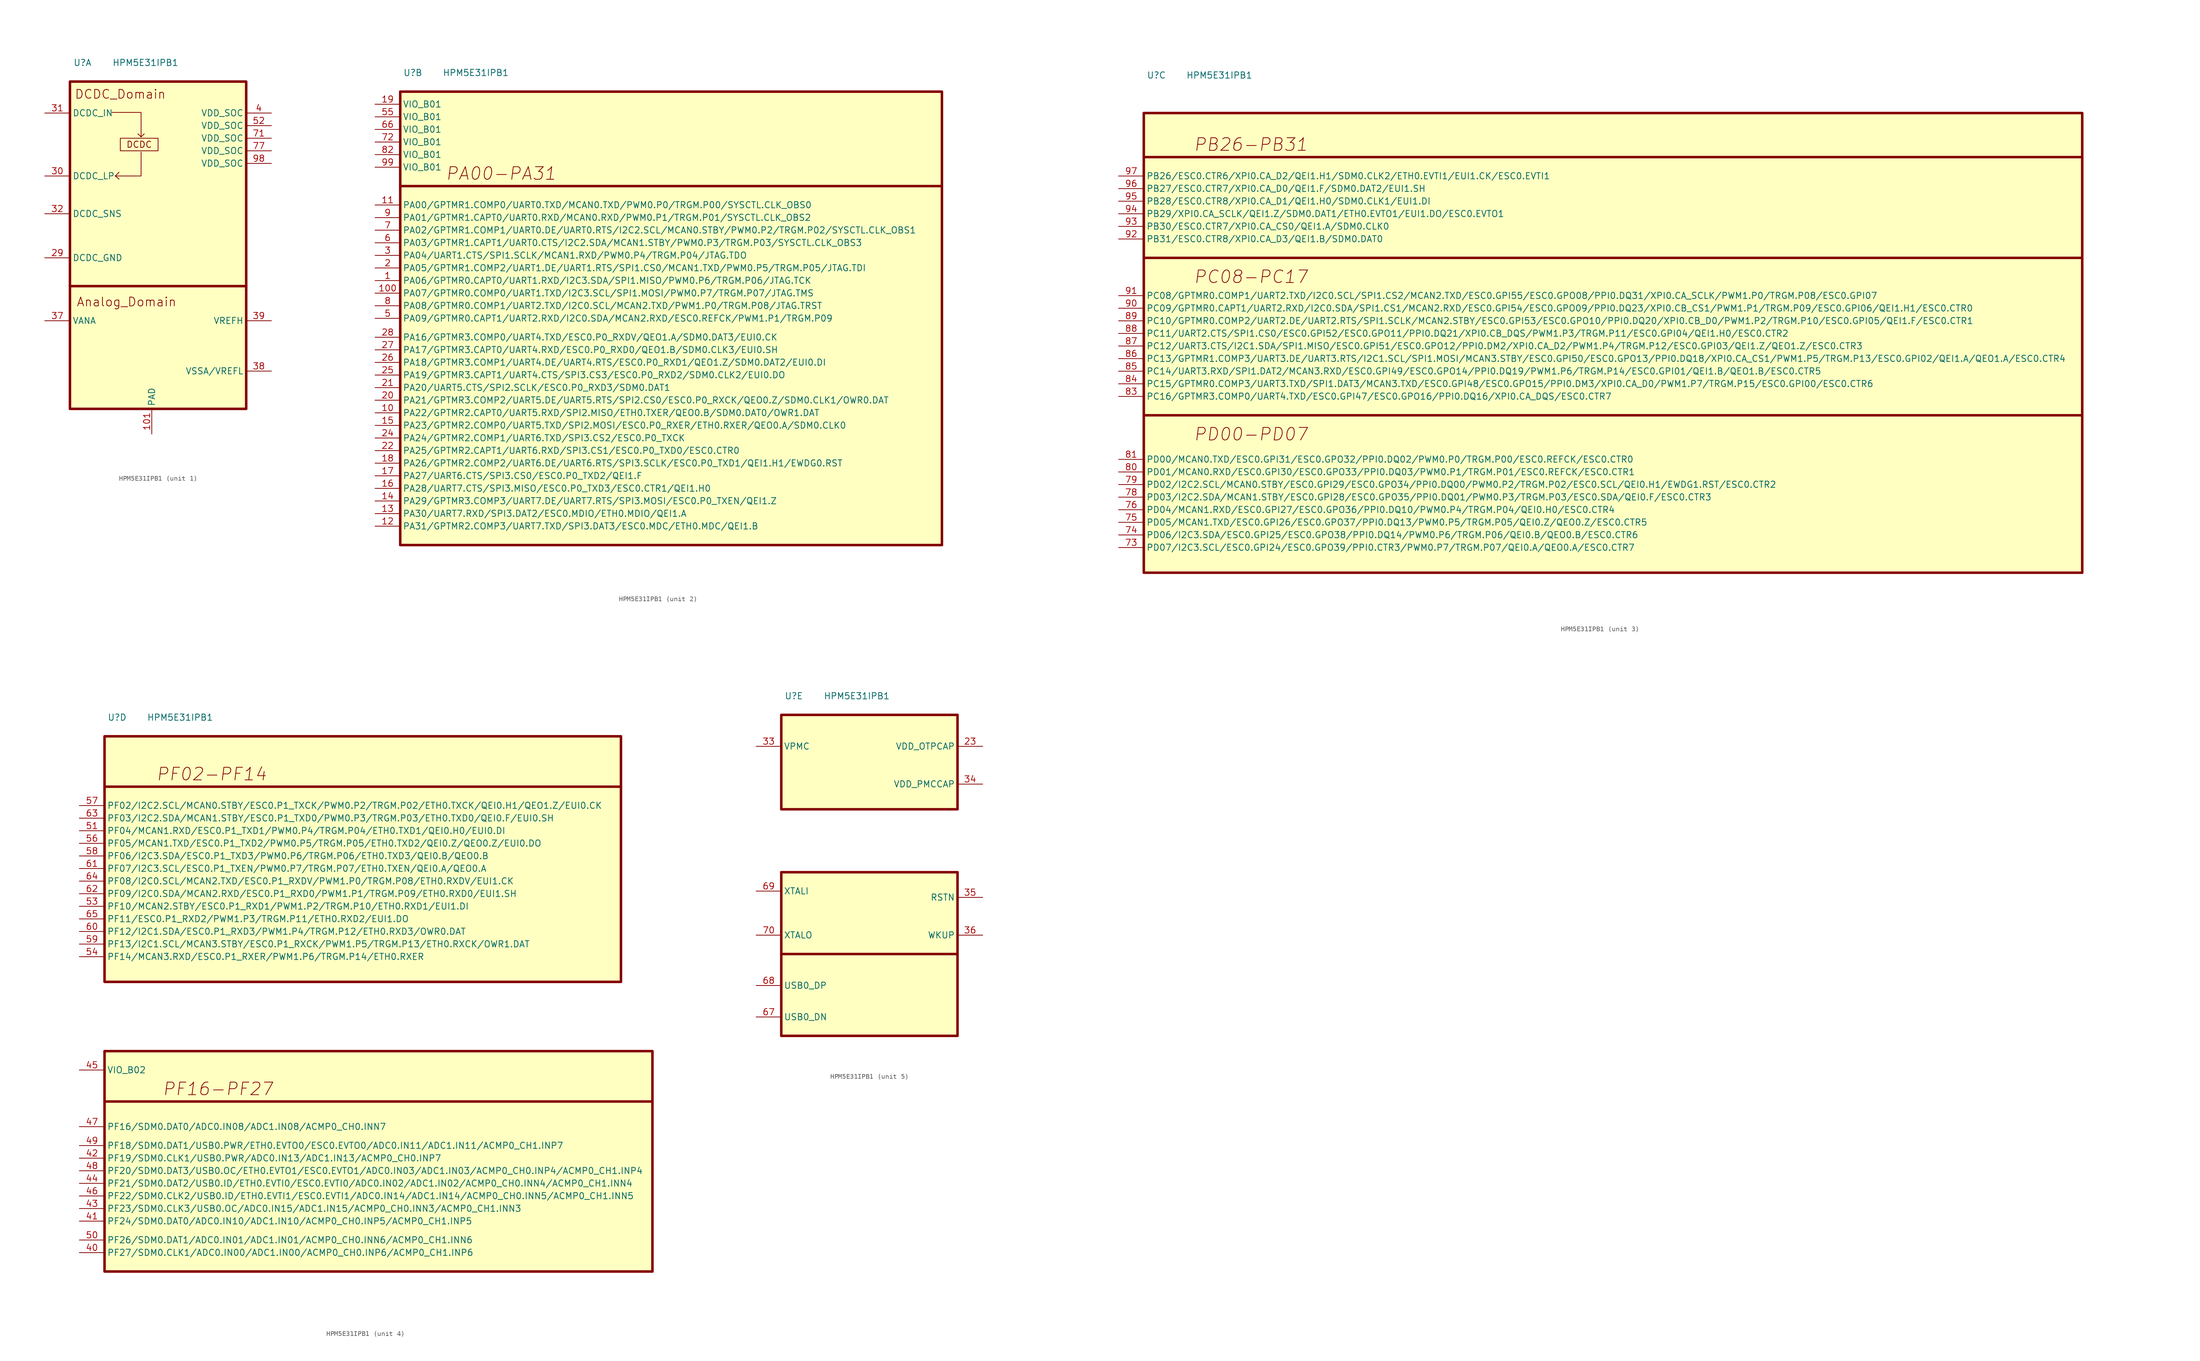
<source format=kicad_sym>
(kicad_symbol_lib
  (version 20241209)
  (generator "kicad_symbol_editor")
  (generator_version "9.0")
  (symbol "HPM5E31IPB1"
    (property "Reference" "U"
      (at 2.54 3.81 0)
      (effects (font (size 1.27 1.27))))
    (property "Value" "HPM5E31IPB1"
      (at 15.24 3.81 0)
      (effects (font (size 1.27 1.27))))
    (property "ki_locked" ""
      (at 0 0 0)
      (effects (font (size 1.27 1.27))))
    (symbol "HPM5E31IPB1_1_1"
      (rectangle (start 0 0) (end 35.56 -66.04) (stroke (width 0.508) (type default)) (fill (type background)))
      (polyline (pts (xy 0 -41.275) (xy 35.56 -41.275)) (stroke (width 0.508) (type default)) (fill (type none)))
      (polyline (pts (xy 8.509 -6.223) (xy 14.351 -6.223) (xy 14.351 -11.176) (xy 14.986 -10.541)) (stroke (width 0) (type default)) (fill (type none)))
      (polyline (pts (xy 9.144 -19.05) (xy 9.906 -18.288)) (stroke (width 0) (type default)) (fill (type none)))
      (polyline (pts (xy 9.144 -19.05) (xy 9.906 -19.685)) (stroke (width 0) (type default)) (fill (type none)))
      (rectangle (start 10.16 -11.43) (end 17.78 -13.97) (stroke (width 0) (type default)) (fill (type none)))
      (polyline (pts (xy 14.351 -11.176) (xy 13.716 -10.541)) (stroke (width 0) (type default)) (fill (type none)))
      (polyline (pts (xy 14.351 -14.224) (xy 14.351 -19.05) (xy 9.144 -19.05)) (stroke (width 0) (type default)) (fill (type none)))
      (text "DCDC_Domain" (at 10.16 -2.54 0) (effects (font (size 1.778 1.778))))
      (text "Analog_Domain" (at 11.43 -44.45 0) (effects (font (size 1.778 1.778))))
      (text "DCDC" (at 13.97 -12.7 0) (effects (font (size 1.27 1.27))))
      (pin power_in line (at -5.08 -6.35 0) (length 5.08) (name "DCDC_IN" (effects (font (size 1.27 1.27)))) (number "31" (effects (font (size 1.27 1.27)))))
      (pin power_in line (at -5.08 -19.05 0) (length 5.08) (name "DCDC_LP" (effects (font (size 1.27 1.27)))) (number "30" (effects (font (size 1.27 1.27)))))
      (pin power_in line (at -5.08 -26.67 0) (length 5.08) (name "DCDC_SNS" (effects (font (size 1.27 1.27)))) (number "32" (effects (font (size 1.27 1.27)))))
      (pin output line (at -5.08 -35.56 0) (length 5.08) (name "DCDC_GND" (effects (font (size 1.27 1.27)))) (number "29" (effects (font (size 1.27 1.27)))))
      (pin input line (at -5.08 -48.26 0) (length 5.08) (name "VANA" (effects (font (size 1.27 1.27)))) (number "37" (effects (font (size 1.27 1.27)))))
      (pin power_out line (at 16.51 -71.12 90) (length 5.08) (name "PAD" (effects (font (size 1.27 1.27)))) (number "101" (effects (font (size 1.27 1.27)))))
      (pin power_out line (at 40.64 -6.35 180) (length 5.08) (name "VDD_SOC" (effects (font (size 1.27 1.27)))) (number "4" (effects (font (size 1.27 1.27)))))
      (pin power_out line (at 40.64 -8.89 180) (length 5.08) (name "VDD_SOC" (effects (font (size 1.27 1.27)))) (number "52" (effects (font (size 1.27 1.27)))))
      (pin power_out line (at 40.64 -11.43 180) (length 5.08) (name "VDD_SOC" (effects (font (size 1.27 1.27)))) (number "71" (effects (font (size 1.27 1.27)))))
      (pin power_out line (at 40.64 -13.97 180) (length 5.08) (name "VDD_SOC" (effects (font (size 1.27 1.27)))) (number "77" (effects (font (size 1.27 1.27)))))
      (pin power_out line (at 40.64 -16.51 180) (length 5.08) (name "VDD_SOC" (effects (font (size 1.27 1.27)))) (number "98" (effects (font (size 1.27 1.27)))))
      (pin power_out line (at 40.64 -48.26 180) (length 5.08) (name "VREFH" (effects (font (size 1.27 1.27)))) (number "39" (effects (font (size 1.27 1.27)))))
      (pin power_in line (at 40.64 -58.42 180) (length 5.08) (name "VSSA/VREFL" (effects (font (size 1.27 1.27)))) (number "38" (effects (font (size 1.27 1.27))))))
    (symbol "HPM5E31IPB1_2_1"
      (rectangle (start 0 0) (end 109.22 -91.44) (stroke (width 0.508) (type default)) (fill (type background)))
      (polyline (pts (xy 0 -19.05) (xy 109.22 -19.05)) (stroke (width 0.5) (type default)) (fill (type none)))
      (text "PA00-PA31" (at 20.32 -16.51 0) (effects (font (size 2.54 2.54) (italic yes))))
      (pin power_out line (at -5.08 -2.54 0) (length 5.08) (name "VIO_B01" (effects (font (size 1.27 1.27)))) (number "19" (effects (font (size 1.27 1.27)))))
      (pin power_in line (at -5.08 -5.08 0) (length 5.08) (name "VIO_B01" (effects (font (size 1.27 1.27)))) (number "55" (effects (font (size 1.27 1.27)))))
      (pin power_in line (at -5.08 -7.62 0) (length 5.08) (name "VIO_B01" (effects (font (size 1.27 1.27)))) (number "66" (effects (font (size 1.27 1.27)))))
      (pin power_in line (at -5.08 -10.16 0) (length 5.08) (name "VIO_B01" (effects (font (size 1.27 1.27)))) (number "72" (effects (font (size 1.27 1.27)))))
      (pin power_in line (at -5.08 -12.7 0) (length 5.08) (name "VIO_B01" (effects (font (size 1.27 1.27)))) (number "82" (effects (font (size 1.27 1.27)))))
      (pin power_in line (at -5.08 -15.24 0) (length 5.08) (name "VIO_B01" (effects (font (size 1.27 1.27)))) (number "99" (effects (font (size 1.27 1.27)))))
      (pin bidirectional line (at -5.08 -22.86 0) (length 5.08) (name "PA00/GPTMR1.COMP0/UART0.TXD/MCAN0.TXD/PWM0.P0/TRGM.P00/SYSCTL.CLK_OBS0" (effects (font (size 1.27 1.27)))) (number "11" (effects (font (size 1.27 1.27)))))
      (pin bidirectional line (at -5.08 -25.4 0) (length 5.08) (name "PA01/GPTMR1.CAPT0/UART0.RXD/MCAN0.RXD/PWM0.P1/TRGM.P01/SYSCTL.CLK_OBS2" (effects (font (size 1.27 1.27)))) (number "9" (effects (font (size 1.27 1.27)))))
      (pin bidirectional line (at -5.08 -27.94 0) (length 5.08) (name "PA02/GPTMR1.COMP1/UART0.DE/UART0.RTS/I2C2.SCL/MCAN0.STBY/PWM0.P2/TRGM.P02/SYSCTL.CLK_OBS1" (effects (font (size 1.27 1.27)))) (number "7" (effects (font (size 1.27 1.27)))))
      (pin input line (at -5.08 -30.48 0) (length 5.08) (name "PA03/GPTMR1.CAPT1/UART0.CTS/I2C2.SDA/MCAN1.STBY/PWM0.P3/TRGM.P03/SYSCTL.CLK_OBS3" (effects (font (size 1.27 1.27)))) (number "6" (effects (font (size 1.27 1.27)))))
      (pin bidirectional line (at -5.08 -33.02 0) (length 5.08) (name "PA04/UART1.CTS/SPI1.SCLK/MCAN1.RXD/PWM0.P4/TRGM.P04/JTAG.TDO" (effects (font (size 1.27 1.27)))) (number "3" (effects (font (size 1.27 1.27)))))
      (pin bidirectional line (at -5.08 -35.56 0) (length 5.08) (name "PA05/GPTMR1.COMP2/UART1.DE/UART1.RTS/SPI1.CS0/MCAN1.TXD/PWM0.P5/TRGM.P05/JTAG.TDI" (effects (font (size 1.27 1.27)))) (number "2" (effects (font (size 1.27 1.27)))))
      (pin bidirectional line (at -5.08 -38.1 0) (length 5.08) (name "PA06/GPTMR0.CAPT0/UART1.RXD/I2C3.SDA/SPI1.MISO/PWM0.P6/TRGM.P06/JTAG.TCK" (effects (font (size 1.27 1.27)))) (number "1" (effects (font (size 1.27 1.27)))))
      (pin bidirectional line (at -5.08 -40.64 0) (length 5.08) (name "PA07/GPTMR0.COMP0/UART1.TXD/I2C3.SCL/SPI1.MOSI/PWM0.P7/TRGM.P07/JTAG.TMS" (effects (font (size 1.27 1.27)))) (number "100" (effects (font (size 1.27 1.27)))))
      (pin bidirectional line (at -5.08 -43.18 0) (length 5.08) (name "PA08/GPTMR0.COMP1/UART2.TXD/I2C0.SCL/MCAN2.TXD/PWM1.P0/TRGM.P08/JTAG.TRST" (effects (font (size 1.27 1.27)))) (number "8" (effects (font (size 1.27 1.27)))))
      (pin bidirectional line (at -5.08 -45.72 0) (length 5.08) (name "PA09/GPTMR0.CAPT1/UART2.RXD/I2C0.SDA/MCAN2.RXD/ESC0.REFCK/PWM1.P1/TRGM.P09" (effects (font (size 1.27 1.27)))) (number "5" (effects (font (size 1.27 1.27)))))
      (pin bidirectional line (at -5.08 -49.53 0) (length 5.08) (name "PA16/GPTMR3.COMP0/UART4.TXD/ESC0.P0_RXDV/QEO1.A/SDM0.DAT3/EUI0.CK" (effects (font (size 1.27 1.27)))) (number "28" (effects (font (size 1.27 1.27)))))
      (pin bidirectional line (at -5.08 -52.07 0) (length 5.08) (name "PA17/GPTMR3.CAPT0/UART4.RXD/ESC0.P0_RXD0/QEO1.B/SDM0.CLK3/EUI0.SH" (effects (font (size 1.27 1.27)))) (number "27" (effects (font (size 1.27 1.27)))))
      (pin bidirectional line (at -5.08 -54.61 0) (length 5.08) (name "PA18/GPTMR3.COMP1/UART4.DE/UART4.RTS/ESC0.P0_RXD1/QEO1.Z/SDM0.DAT2/EUI0.DI" (effects (font (size 1.27 1.27)))) (number "26" (effects (font (size 1.27 1.27)))))
      (pin bidirectional line (at -5.08 -57.15 0) (length 5.08) (name "PA19/GPTMR3.CAPT1/UART4.CTS/SPI3.CS3/ESC0.P0_RXD2/SDM0.CLK2/EUI0.DO" (effects (font (size 1.27 1.27)))) (number "25" (effects (font (size 1.27 1.27)))))
      (pin bidirectional line (at -5.08 -59.69 0) (length 5.08) (name "PA20/UART5.CTS/SPI2.SCLK/ESC0.P0_RXD3/SDM0.DAT1" (effects (font (size 1.27 1.27)))) (number "21" (effects (font (size 1.27 1.27)))))
      (pin bidirectional line (at -5.08 -62.23 0) (length 5.08) (name "PA21/GPTMR3.COMP2/UART5.DE/UART5.RTS/SPI2.CS0/ESC0.P0_RXCK/QEO0.Z/SDM0.CLK1/OWR0.DAT" (effects (font (size 1.27 1.27)))) (number "20" (effects (font (size 1.27 1.27)))))
      (pin bidirectional line (at -5.08 -64.77 0) (length 5.08) (name "PA22/GPTMR2.CAPT0/UART5.RXD/SPI2.MISO/ETH0.TXER/QEO0.B/SDM0.DAT0/OWR1.DAT" (effects (font (size 1.27 1.27)))) (number "10" (effects (font (size 1.27 1.27)))))
      (pin bidirectional line (at -5.08 -67.31 0) (length 5.08) (name "PA23/GPTMR2.COMP0/UART5.TXD/SPI2.MOSI/ESC0.P0_RXER/ETH0.RXER/QEO0.A/SDM0.CLK0" (effects (font (size 1.27 1.27)))) (number "15" (effects (font (size 1.27 1.27)))))
      (pin bidirectional line (at -5.08 -69.85 0) (length 5.08) (name "PA24/GPTMR2.COMP1/UART6.TXD/SPI3.CS2/ESC0.P0_TXCK" (effects (font (size 1.27 1.27)))) (number "24" (effects (font (size 1.27 1.27)))))
      (pin bidirectional line (at -5.08 -72.39 0) (length 5.08) (name "PA25/GPTMR2.CAPT1/UART6.RXD/SPI3.CS1/ESC0.P0_TXD0/ESC0.CTR0" (effects (font (size 1.27 1.27)))) (number "22" (effects (font (size 1.27 1.27)))))
      (pin bidirectional line (at -5.08 -74.93 0) (length 5.08) (name "PA26/GPTMR2.COMP2/UART6.DE/UART6.RTS/SPI3.SCLK/ESC0.P0_TXD1/QEI1.H1/EWDG0.RST" (effects (font (size 1.27 1.27)))) (number "18" (effects (font (size 1.27 1.27)))))
      (pin bidirectional line (at -5.08 -77.47 0) (length 5.08) (name "PA27/UART6.CTS/SPI3.CS0/ESC0.P0_TXD2/QEI1.F" (effects (font (size 1.27 1.27)))) (number "17" (effects (font (size 1.27 1.27)))))
      (pin bidirectional line (at -5.08 -80.01 0) (length 5.08) (name "PA28/UART7.CTS/SPI3.MISO/ESC0.P0_TXD3/ESC0.CTR1/QEI1.H0" (effects (font (size 1.27 1.27)))) (number "16" (effects (font (size 1.27 1.27)))))
      (pin bidirectional line (at -5.08 -82.55 0) (length 5.08) (name "PA29/GPTMR3.COMP3/UART7.DE/UART7.RTS/SPI3.MOSI/ESC0.P0_TXEN/QEI1.Z" (effects (font (size 1.27 1.27)))) (number "14" (effects (font (size 1.27 1.27)))))
      (pin bidirectional line (at -5.08 -85.09 0) (length 5.08) (name "PA30/UART7.RXD/SPI3.DAT2/ESC0.MDIO/ETH0.MDIO/QEI1.A" (effects (font (size 1.27 1.27)))) (number "13" (effects (font (size 1.27 1.27)))))
      (pin bidirectional line (at -5.08 -87.63 0) (length 5.08) (name "PA31/GPTMR2.COMP3/UART7.TXD/SPI3.DAT3/ESC0.MDC/ETH0.MDC/QEI1.B" (effects (font (size 1.27 1.27)))) (number "12" (effects (font (size 1.27 1.27))))))
    (symbol "HPM5E31IPB1_3_1"
      (rectangle (start 0 -3.81) (end 189.23 -96.52) (stroke (width 0.508) (type default)) (fill (type background)))
      (polyline (pts (xy 0 -12.7) (xy 189.23 -12.7)) (stroke (width 0.5) (type default)) (fill (type none)))
      (polyline (pts (xy 0 -33.02) (xy 189.23 -33.02)) (stroke (width 0.5) (type solid)) (fill (type none)))
      (polyline (pts (xy 0 -64.77) (xy 189.23 -64.77)) (stroke (width 0.5) (type solid)) (fill (type none)))
      (text "PB26-PB31" (at 21.59 -10.16 0) (effects (font (size 2.54 2.54) (italic yes))))
      (text "PC08-PC17" (at 21.59 -36.83 0) (effects (font (size 2.54 2.54) (italic yes))))
      (text "PD00-PD07" (at 21.59 -68.58 0) (effects (font (size 2.54 2.54) (italic yes))))
      (pin bidirectional line (at -5.08 -16.51 0) (length 5.08) (name "PB26/ESC0.CTR6/XPI0.CA_D2/QEI1.H1/SDM0.CLK2/ETH0.EVTI1/EUI1.CK/ESC0.EVTI1" (effects (font (size 1.27 1.27)))) (number "97" (effects (font (size 1.27 1.27)))))
      (pin bidirectional line (at -5.08 -19.05 0) (length 5.08) (name "PB27/ESC0.CTR7/XPI0.CA_D0/QEI1.F/SDM0.DAT2/EUI1.SH" (effects (font (size 1.27 1.27)))) (number "96" (effects (font (size 1.27 1.27)))))
      (pin bidirectional line (at -5.08 -21.59 0) (length 5.08) (name "PB28/ESC0.CTR8/XPI0.CA_D1/QEI1.H0/SDM0.CLK1/EUI1.DI" (effects (font (size 1.27 1.27)))) (number "95" (effects (font (size 1.27 1.27)))))
      (pin bidirectional line (at -5.08 -24.13 0) (length 5.08) (name "PB29/XPI0.CA_SCLK/QEI1.Z/SDM0.DAT1/ETH0.EVTO1/EUI1.DO/ESC0.EVTO1" (effects (font (size 1.27 1.27)))) (number "94" (effects (font (size 1.27 1.27)))))
      (pin bidirectional line (at -5.08 -26.67 0) (length 5.08) (name "PB30/ESC0.CTR7/XPI0.CA_CS0/QEI1.A/SDM0.CLK0" (effects (font (size 1.27 1.27)))) (number "93" (effects (font (size 1.27 1.27)))))
      (pin bidirectional line (at -5.08 -29.21 0) (length 5.08) (name "PB31/ESC0.CTR8/XPI0.CA_D3/QEI1.B/SDM0.DAT0" (effects (font (size 1.27 1.27)))) (number "92" (effects (font (size 1.27 1.27)))))
      (pin bidirectional line (at -5.08 -40.64 0) (length 5.08) (name "PC08/GPTMR0.COMP1/UART2.TXD/I2C0.SCL/SPI1.CS2/MCAN2.TXD/ESC0.GPI55/ESC0.GPO08/PPI0.DQ31/XPI0.CA_SCLK/PWM1.P0/TRGM.P08/ESC0.GPI07" (effects (font (size 1.27 1.27)))) (number "91" (effects (font (size 1.27 1.27)))))
      (pin bidirectional line (at -5.08 -43.18 0) (length 5.08) (name "PC09/GPTMR0.CAPT1/UART2.RXD/I2C0.SDA/SPI1.CS1/MCAN2.RXD/ESC0.GPI54/ESC0.GPO09/PPI0.DQ23/XPI0.CB_CS1/PWM1.P1/TRGM.P09/ESC0.GPI06/QEI1.H1/ESC0.CTR0" (effects (font (size 1.27 1.27)))) (number "90" (effects (font (size 1.27 1.27)))))
      (pin bidirectional line (at -5.08 -45.72 0) (length 5.08) (name "PC10/GPTMR0.COMP2/UART2.DE/UART2.RTS/SPI1.SCLK/MCAN2.STBY/ESC0.GPI53/ESC0.GPO10/PPI0.DQ20/XPI0.CB_D0/PWM1.P2/TRGM.P10/ESC0.GPI05/QEI1.F/ESC0.CTR1" (effects (font (size 1.27 1.27)))) (number "89" (effects (font (size 1.27 1.27)))))
      (pin bidirectional line (at -5.08 -48.26 0) (length 5.08) (name "PC11/UART2.CTS/SPI1.CS0/ESC0.GPI52/ESC0.GPO11/PPI0.DQ21/XPI0.CB_DQS/PWM1.P3/TRGM.P11/ESC0.GPI04/QEI1.H0/ESC0.CTR2" (effects (font (size 1.27 1.27)))) (number "88" (effects (font (size 1.27 1.27)))))
      (pin bidirectional line (at -5.08 -50.8 0) (length 5.08) (name "PC12/UART3.CTS/I2C1.SDA/SPI1.MISO/ESC0.GPI51/ESC0.GPO12/PPI0.DM2/XPI0.CA_D2/PWM1.P4/TRGM.P12/ESC0.GPI03/QEI1.Z/QEO1.Z/ESC0.CTR3" (effects (font (size 1.27 1.27)))) (number "87" (effects (font (size 1.27 1.27)))))
      (pin bidirectional line (at -5.08 -53.34 0) (length 5.08) (name "PC13/GPTMR1.COMP3/UART3.DE/UART3.RTS/I2C1.SCL/SPI1.MOSI/MCAN3.STBY/ESC0.GPI50/ESC0.GPO13/PPI0.DQ18/XPI0.CA_CS1/PWM1.P5/TRGM.P13/ESC0.GPI02/QEI1.A/QEO1.A/ESC0.CTR4" (effects (font (size 1.27 1.27)))) (number "86" (effects (font (size 1.27 1.27)))))
      (pin bidirectional line (at -5.08 -55.88 0) (length 5.08) (name "PC14/UART3.RXD/SPI1.DAT2/MCAN3.RXD/ESC0.GPI49/ESC0.GPO14/PPI0.DQ19/PWM1.P6/TRGM.P14/ESC0.GPI01/QEI1.B/QEO1.B/ESC0.CTR5" (effects (font (size 1.27 1.27)))) (number "85" (effects (font (size 1.27 1.27)))))
      (pin bidirectional line (at -5.08 -58.42 0) (length 5.08) (name "PC15/GPTMR0.COMP3/UART3.TXD/SPI1.DAT3/MCAN3.TXD/ESC0.GPI48/ESC0.GPO15/PPI0.DM3/XPI0.CA_D0/PWM1.P7/TRGM.P15/ESC0.GPI00/ESC0.CTR6" (effects (font (size 1.27 1.27)))) (number "84" (effects (font (size 1.27 1.27)))))
      (pin bidirectional line (at -5.08 -60.96 0) (length 5.08) (name "PC16/GPTMR3.COMP0/UART4.TXD/ESC0.GPI47/ESC0.GPO16/PPI0.DQ16/XPI0.CA_DQS/ESC0.CTR7" (effects (font (size 1.27 1.27)))) (number "83" (effects (font (size 1.27 1.27)))))
      (pin bidirectional line (at -5.08 -73.66 0) (length 5.08) (name "PD00/MCAN0.TXD/ESC0.GPI31/ESC0.GPO32/PPI0.DQ02/PWM0.P0/TRGM.P00/ESC0.REFCK/ESC0.CTR0" (effects (font (size 1.27 1.27)))) (number "81" (effects (font (size 1.27 1.27)))))
      (pin bidirectional line (at -5.08 -76.2 0) (length 5.08) (name "PD01/MCAN0.RXD/ESC0.GPI30/ESC0.GPO33/PPI0.DQ03/PWM0.P1/TRGM.P01/ESC0.REFCK/ESC0.CTR1" (effects (font (size 1.27 1.27)))) (number "80" (effects (font (size 1.27 1.27)))))
      (pin bidirectional line (at -5.08 -78.74 0) (length 5.08) (name "PD02/I2C2.SCL/MCAN0.STBY/ESC0.GPI29/ESC0.GPO34/PPI0.DQ00/PWM0.P2/TRGM.P02/ESC0.SCL/QEI0.H1/EWDG1.RST/ESC0.CTR2" (effects (font (size 1.27 1.27)))) (number "79" (effects (font (size 1.27 1.27)))))
      (pin bidirectional line (at -5.08 -81.28 0) (length 5.08) (name "PD03/I2C2.SDA/MCAN1.STBY/ESC0.GPI28/ESC0.GPO35/PPI0.DQ01/PWM0.P3/TRGM.P03/ESC0.SDA/QEI0.F/ESC0.CTR3" (effects (font (size 1.27 1.27)))) (number "78" (effects (font (size 1.27 1.27)))))
      (pin bidirectional line (at -5.08 -83.82 0) (length 5.08) (name "PD04/MCAN1.RXD/ESC0.GPI27/ESC0.GPO36/PPI0.DQ10/PWM0.P4/TRGM.P04/QEI0.H0/ESC0.CTR4" (effects (font (size 1.27 1.27)))) (number "76" (effects (font (size 1.27 1.27)))))
      (pin bidirectional line (at -5.08 -86.36 0) (length 5.08) (name "PD05/MCAN1.TXD/ESC0.GPI26/ESC0.GPO37/PPI0.DQ13/PWM0.P5/TRGM.P05/QEI0.Z/QEO0.Z/ESC0.CTR5" (effects (font (size 1.27 1.27)))) (number "75" (effects (font (size 1.27 1.27)))))
      (pin bidirectional line (at -5.08 -88.9 0) (length 5.08) (name "PD06/I2C3.SDA/ESC0.GPI25/ESC0.GPO38/PPI0.DQ14/PWM0.P6/TRGM.P06/QEI0.B/QEO0.B/ESC0.CTR6" (effects (font (size 1.27 1.27)))) (number "74" (effects (font (size 1.27 1.27)))))
      (pin bidirectional line (at -5.08 -91.44 0) (length 5.08) (name "PD07/I2C3.SCL/ESC0.GPI24/ESC0.GPO39/PPI0.CTR3/PWM0.P7/TRGM.P07/QEI0.A/QEO0.A/ESC0.CTR7" (effects (font (size 1.27 1.27)))) (number "73" (effects (font (size 1.27 1.27))))))
    (symbol "HPM5E31IPB1_4_1"
      (rectangle (start 0 0) (end 104.14 -49.53) (stroke (width 0.508) (type default)) (fill (type background)))
      (polyline (pts (xy 0 -10.16) (xy 104.14 -10.16)) (stroke (width 0.5) (type default)) (fill (type none)))
      (rectangle (start 0 -63.5) (end 110.49 -107.95) (stroke (width 0.508) (type default)) (fill (type background)))
      (polyline (pts (xy 0 -73.66) (xy 110.49 -73.66)) (stroke (width 0.5) (type default)) (fill (type none)))
      (text "PF02-PF14" (at 21.59 -7.62 0) (effects (font (size 2.54 2.54) (italic yes))))
      (text "PF16-PF27" (at 22.86 -71.12 0) (effects (font (size 2.54 2.54) (italic yes))))
      (pin bidirectional line (at -5.08 -13.97 0) (length 5.08) (name "PF02/I2C2.SCL/MCAN0.STBY/ESC0.P1_TXCK/PWM0.P2/TRGM.P02/ETH0.TXCK/QEI0.H1/QEO1.Z/EUI0.CK" (effects (font (size 1.27 1.27)))) (number "57" (effects (font (size 1.27 1.27)))))
      (pin bidirectional line (at -5.08 -16.51 0) (length 5.08) (name "PF03/I2C2.SDA/MCAN1.STBY/ESC0.P1_TXD0/PWM0.P3/TRGM.P03/ETH0.TXD0/QEI0.F/EUI0.SH" (effects (font (size 1.27 1.27)))) (number "63" (effects (font (size 1.27 1.27)))))
      (pin bidirectional line (at -5.08 -19.05 0) (length 5.08) (name "PF04/MCAN1.RXD/ESC0.P1_TXD1/PWM0.P4/TRGM.P04/ETH0.TXD1/QEI0.H0/EUI0.DI" (effects (font (size 1.27 1.27)))) (number "51" (effects (font (size 1.27 1.27)))))
      (pin bidirectional line (at -5.08 -21.59 0) (length 5.08) (name "PF05/MCAN1.TXD/ESC0.P1_TXD2/PWM0.P5/TRGM.P05/ETH0.TXD2/QEI0.Z/QEO0.Z/EUI0.DO" (effects (font (size 1.27 1.27)))) (number "56" (effects (font (size 1.27 1.27)))))
      (pin bidirectional line (at -5.08 -24.13 0) (length 5.08) (name "PF06/I2C3.SDA/ESC0.P1_TXD3/PWM0.P6/TRGM.P06/ETH0.TXD3/QEI0.B/QEO0.B" (effects (font (size 1.27 1.27)))) (number "58" (effects (font (size 1.27 1.27)))))
      (pin bidirectional line (at -5.08 -26.67 0) (length 5.08) (name "PF07/I2C3.SCL/ESC0.P1_TXEN/PWM0.P7/TRGM.P07/ETH0.TXEN/QEI0.A/QEO0.A" (effects (font (size 1.27 1.27)))) (number "61" (effects (font (size 1.27 1.27)))))
      (pin bidirectional line (at -5.08 -29.21 0) (length 5.08) (name "PF08/I2C0.SCL/MCAN2.TXD/ESC0.P1_RXDV/PWM1.P0/TRGM.P08/ETH0.RXDV/EUI1.CK" (effects (font (size 1.27 1.27)))) (number "64" (effects (font (size 1.27 1.27)))))
      (pin bidirectional line (at -5.08 -31.75 0) (length 5.08) (name "PF09/I2C0.SDA/MCAN2.RXD/ESC0.P1_RXD0/PWM1.P1/TRGM.P09/ETH0.RXD0/EUI1.SH" (effects (font (size 1.27 1.27)))) (number "62" (effects (font (size 1.27 1.27)))))
      (pin bidirectional line (at -5.08 -34.29 0) (length 5.08) (name "PF10/MCAN2.STBY/ESC0.P1_RXD1/PWM1.P2/TRGM.P10/ETH0.RXD1/EUI1.DI" (effects (font (size 1.27 1.27)))) (number "53" (effects (font (size 1.27 1.27)))))
      (pin bidirectional line (at -5.08 -36.83 0) (length 5.08) (name "PF11/ESC0.P1_RXD2/PWM1.P3/TRGM.P11/ETH0.RXD2/EUI1.DO" (effects (font (size 1.27 1.27)))) (number "65" (effects (font (size 1.27 1.27)))))
      (pin bidirectional line (at -5.08 -39.37 0) (length 5.08) (name "PF12/I2C1.SDA/ESC0.P1_RXD3/PWM1.P4/TRGM.P12/ETH0.RXD3/OWR0.DAT" (effects (font (size 1.27 1.27)))) (number "60" (effects (font (size 1.27 1.27)))))
      (pin bidirectional line (at -5.08 -41.91 0) (length 5.08) (name "PF13/I2C1.SCL/MCAN3.STBY/ESC0.P1_RXCK/PWM1.P5/TRGM.P13/ETH0.RXCK/OWR1.DAT" (effects (font (size 1.27 1.27)))) (number "59" (effects (font (size 1.27 1.27)))))
      (pin bidirectional line (at -5.08 -44.45 0) (length 5.08) (name "PF14/MCAN3.RXD/ESC0.P1_RXER/PWM1.P6/TRGM.P14/ETH0.RXER" (effects (font (size 1.27 1.27)))) (number "54" (effects (font (size 1.27 1.27)))))
      (pin power_in line (at -5.08 -67.31 0) (length 5.08) (name "VIO_B02" (effects (font (size 1.27 1.27)))) (number "45" (effects (font (size 1.27 1.27)))))
      (pin bidirectional line (at -5.08 -78.74 0) (length 5.08) (name "PF16/SDM0.DAT0/ADC0.IN08/ADC1.IN08/ACMP0_CH0.INN7" (effects (font (size 1.27 1.27)))) (number "47" (effects (font (size 1.27 1.27)))))
      (pin bidirectional line (at -5.08 -82.55 0) (length 5.08) (name "PF18/SDM0.DAT1/USB0.PWR/ETH0.EVTO0/ESC0.EVTO0/ADC0.IN11/ADC1.IN11/ACMP0_CH1.INP7" (effects (font (size 1.27 1.27)))) (number "49" (effects (font (size 1.27 1.27)))))
      (pin bidirectional line (at -5.08 -85.09 0) (length 5.08) (name "PF19/SDM0.CLK1/USB0.PWR/ADC0.IN13/ADC1.IN13/ACMP0_CH0.INP7" (effects (font (size 1.27 1.27)))) (number "42" (effects (font (size 1.27 1.27)))))
      (pin bidirectional line (at -5.08 -87.63 0) (length 5.08) (name "PF20/SDM0.DAT3/USB0.OC/ETH0.EVTO1/ESC0.EVTO1/ADC0.IN03/ADC1.IN03/ACMP0_CH0.INP4/ACMP0_CH1.INP4" (effects (font (size 1.27 1.27)))) (number "48" (effects (font (size 1.27 1.27)))))
      (pin bidirectional line (at -5.08 -90.17 0) (length 5.08) (name "PF21/SDM0.DAT2/USB0.ID/ETH0.EVTI0/ESC0.EVTI0/ADC0.IN02/ADC1.IN02/ACMP0_CH0.INN4/ACMP0_CH1.INN4" (effects (font (size 1.27 1.27)))) (number "44" (effects (font (size 1.27 1.27)))))
      (pin bidirectional line (at -5.08 -92.71 0) (length 5.08) (name "PF22/SDM0.CLK2/USB0.ID/ETH0.EVTI1/ESC0.EVTI1/ADC0.IN14/ADC1.IN14/ACMP0_CH0.INN5/ACMP0_CH1.INN5" (effects (font (size 1.27 1.27)))) (number "46" (effects (font (size 1.27 1.27)))))
      (pin bidirectional line (at -5.08 -95.25 0) (length 5.08) (name "PF23/SDM0.CLK3/USB0.OC/ADC0.IN15/ADC1.IN15/ACMP0_CH0.INN3/ACMP0_CH1.INN3" (effects (font (size 1.27 1.27)))) (number "43" (effects (font (size 1.27 1.27)))))
      (pin bidirectional line (at -5.08 -97.79 0) (length 5.08) (name "PF24/SDM0.DAT0/ADC0.IN10/ADC1.IN10/ACMP0_CH0.INP5/ACMP0_CH1.INP5" (effects (font (size 1.27 1.27)))) (number "41" (effects (font (size 1.27 1.27)))))
      (pin bidirectional line (at -5.08 -101.6 0) (length 5.08) (name "PF26/SDM0.DAT1/ADC0.IN01/ADC1.IN01/ACMP0_CH0.INN6/ACMP0_CH1.INN6" (effects (font (size 1.27 1.27)))) (number "50" (effects (font (size 1.27 1.27)))))
      (pin bidirectional line (at -5.08 -104.14 0) (length 5.08) (name "PF27/SDM0.CLK1/ADC0.IN00/ADC1.IN00/ACMP0_CH0.INP6/ACMP0_CH1.INP6" (effects (font (size 1.27 1.27)))) (number "40" (effects (font (size 1.27 1.27))))))
    (symbol "HPM5E31IPB1_5_1"
      (rectangle (start 0 0) (end 35.56 -19.05) (stroke (width 0.508) (type default)) (fill (type background)))
      (rectangle (start 0 -31.75) (end 35.56 -64.77) (stroke (width 0.508) (type default)) (fill (type background)))
      (polyline (pts (xy 0 -48.26) (xy 35.56 -48.26)) (stroke (width 0.5) (type default)) (fill (type none)))
      (pin power_in line (at -5.08 -6.35 0) (length 5.08) (name "VPMC" (effects (font (size 1.27 1.27)))) (number "33" (effects (font (size 1.27 1.27)))))
      (pin power_in line (at -5.08 -35.56 0) (length 5.08) (name "XTALI" (effects (font (size 1.27 1.27)))) (number "69" (effects (font (size 1.27 1.27)))))
      (pin input line (at -5.08 -44.45 0) (length 5.08) (name "XTALO" (effects (font (size 1.27 1.27)))) (number "70" (effects (font (size 1.27 1.27)))))
      (pin bidirectional line (at -5.08 -54.61 0) (length 5.08) (name "USB0_DP" (effects (font (size 1.27 1.27)))) (number "68" (effects (font (size 1.27 1.27)))))
      (pin bidirectional line (at -5.08 -60.96 0) (length 5.08) (name "USB0_DN" (effects (font (size 1.27 1.27)))) (number "67" (effects (font (size 1.27 1.27)))))
      (pin power_in line (at 40.64 -6.35 180) (length 5.08) (name "VDD_OTPCAP" (effects (font (size 1.27 1.27)))) (number "23" (effects (font (size 1.27 1.27)))))
      (pin power_in line (at 40.64 -13.97 180) (length 5.08) (name "VDD_PMCCAP" (effects (font (size 1.27 1.27)))) (number "34" (effects (font (size 1.27 1.27)))))
      (pin bidirectional line (at 40.64 -36.83 180) (length 5.08) (name "RSTN" (effects (font (size 1.27 1.27)))) (number "35" (effects (font (size 1.27 1.27)))))
      (pin power_in line (at 40.64 -44.45 180) (length 5.08) (name "WKUP" (effects (font (size 1.27 1.27)))) (number "36" (effects (font (size 1.27 1.27))))))))
</source>
